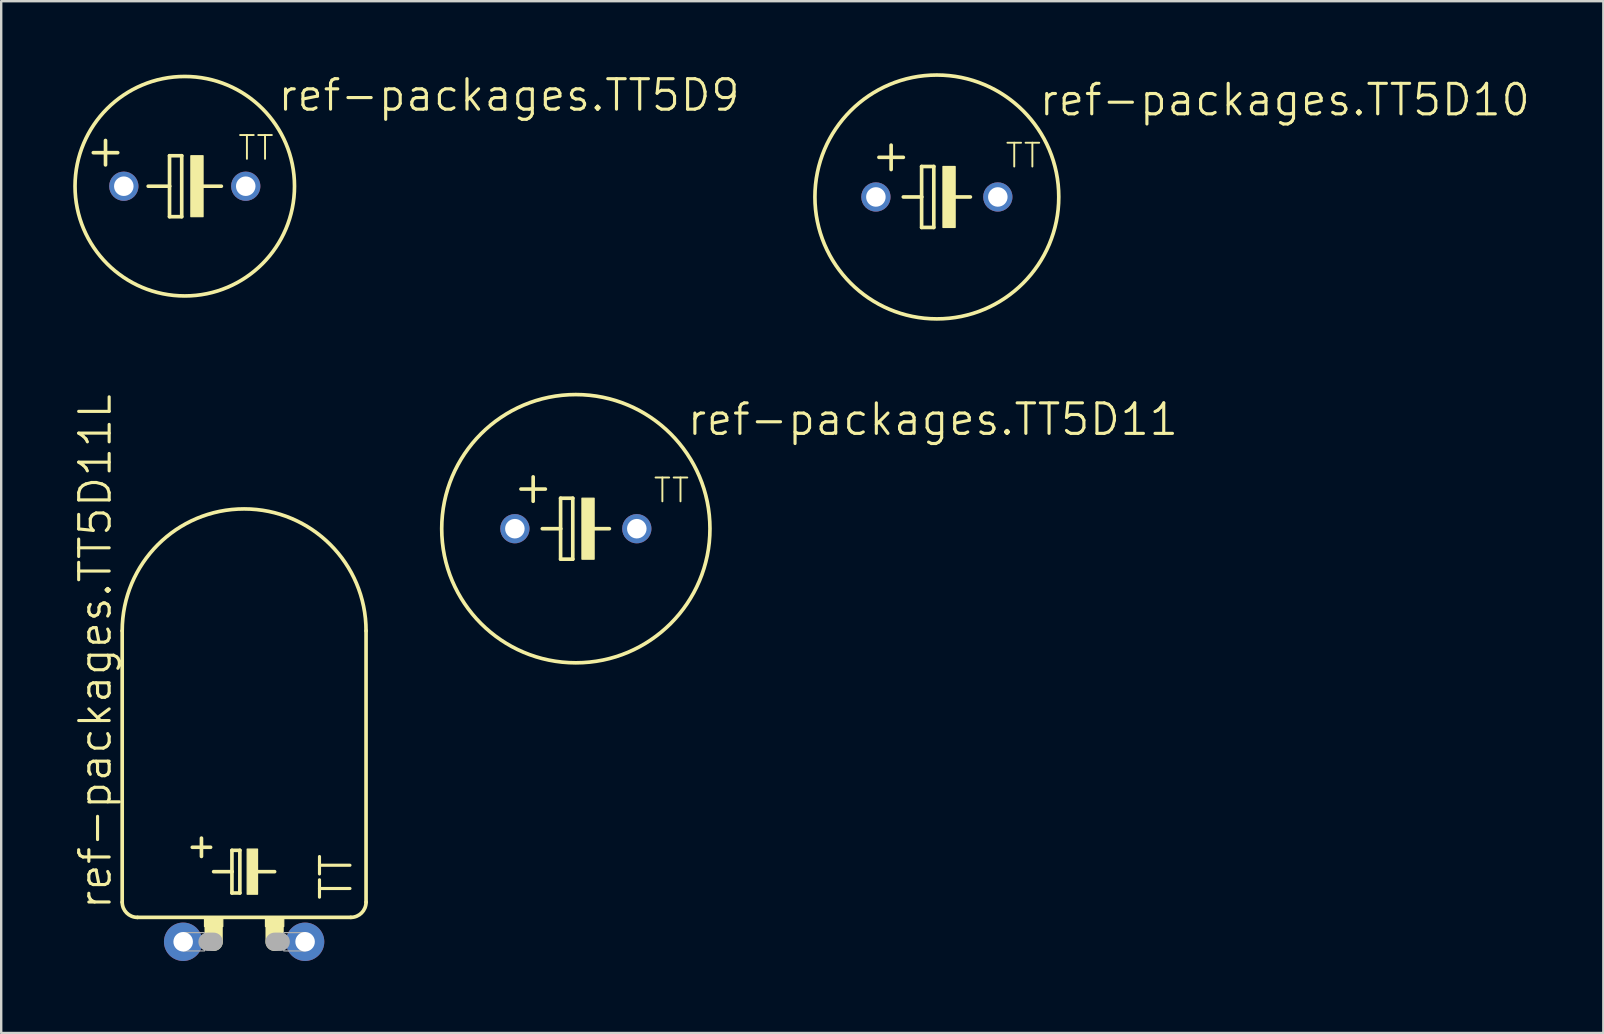
<source format=kicad_pcb>
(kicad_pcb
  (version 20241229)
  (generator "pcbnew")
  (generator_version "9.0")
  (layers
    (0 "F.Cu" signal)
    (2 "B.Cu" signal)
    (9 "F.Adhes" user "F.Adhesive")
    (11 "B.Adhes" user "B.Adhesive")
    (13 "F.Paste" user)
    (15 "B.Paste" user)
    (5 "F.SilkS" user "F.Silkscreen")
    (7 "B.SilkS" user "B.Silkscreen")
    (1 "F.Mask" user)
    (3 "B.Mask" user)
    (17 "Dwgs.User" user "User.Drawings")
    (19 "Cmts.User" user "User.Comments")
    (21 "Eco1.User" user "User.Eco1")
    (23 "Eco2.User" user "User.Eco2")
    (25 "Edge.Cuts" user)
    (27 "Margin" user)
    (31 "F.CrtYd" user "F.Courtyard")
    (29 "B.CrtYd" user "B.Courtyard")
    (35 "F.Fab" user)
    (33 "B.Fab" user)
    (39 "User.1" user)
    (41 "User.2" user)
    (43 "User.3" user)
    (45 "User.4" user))
  (footprint "ref-packages.TT5D11L"
    (layer "F.Cu")
    (at 7.121 36.187)
    (property "Reference" "ref-packages.TT5D11L" (at -5.461 -1.27 90) (layer "F.SilkS") (effects (font (size 1.27 1.27) (thickness 0.13)) (justify left bottom)))
    (attr through_hole)
    (fp_line (start -5.08 -12.954) (end -5.08 -1.651) (stroke (width 0.152) (type default)) (layer "F.SilkS"))
    (fp_line (start -4.445 -1.016) (end 4.445 -1.016) (stroke (width 0.152) (type default)) (layer "F.SilkS"))
    (fp_line (start -2.159 -3.937) (end -1.397 -3.937) (stroke (width 0.152) (type default)) (layer "F.SilkS"))
    (fp_line (start -1.778 -4.318) (end -1.778 -3.556) (stroke (width 0.152) (type default)) (layer "F.SilkS"))
    (fp_line (start -1.27 -2.921) (end -0.508 -2.921) (stroke (width 0.152) (type default)) (layer "F.SilkS"))
    (fp_line (start -1.27 -0.635) (end -1.27 0) (stroke (width 0.762) (type default)) (layer "F.SilkS"))
    (fp_line (start -0.508 -3.81) (end -0.508 -2.921) (stroke (width 0.152) (type default)) (layer "F.SilkS"))
    (fp_line (start -0.508 -2.921) (end -0.508 -2.032) (stroke (width 0.152) (type default)) (layer "F.SilkS"))
    (fp_line (start -0.508 -2.032) (end -0.178 -2.032) (stroke (width 0.152) (type default)) (layer "F.SilkS"))
    (fp_line (start -0.178 -3.81) (end -0.508 -3.81) (stroke (width 0.152) (type default)) (layer "F.SilkS"))
    (fp_line (start -0.178 -2.032) (end -0.178 -3.81) (stroke (width 0.152) (type default)) (layer "F.SilkS"))
    (fp_line (start 0.508 -2.921) (end 1.27 -2.921) (stroke (width 0.152) (type default)) (layer "F.SilkS"))
    (fp_line (start 1.27 -0.635) (end 1.27 0) (stroke (width 0.762) (type default)) (layer "F.SilkS"))
    (fp_line (start 5.08 -12.954) (end 5.08 -1.651) (stroke (width 0.152) (type default)) (layer "F.SilkS"))
    (fp_rect (start -1.651 -0.635) (end -0.889 -1.016) (stroke (width 0.05) (type default)) (fill yes) (layer "F.SilkS"))
    (fp_rect (start 0.127 -1.981) (end 0.559 -3.861) (stroke (width 0.05) (type default)) (fill yes) (layer "F.SilkS"))
    (fp_rect (start 0.889 -0.635) (end 1.651 -1.016) (stroke (width 0.05) (type default)) (fill yes) (layer "F.SilkS"))
    (fp_arc (start -5.08 -12.954) (mid 0 -18.034) (end 5.08 -12.954) (stroke (width 0.1524) (type default)) (layer "F.SilkS"))
    (fp_arc (start -4.445 -1.016) (mid -4.894013 -1.201987) (end -5.08 -1.651) (stroke (width 0.1524) (type default)) (layer "F.SilkS"))
    (fp_arc (start 5.08 -1.651) (mid 4.894013 -1.201987) (end 4.445 -1.016) (stroke (width 0.1524) (type default)) (layer "F.SilkS"))
    (fp_line (start -1.524 0) (end -1.27 0) (stroke (width 0.762) (type default)) (layer "F.Fab"))
    (fp_line (start 1.524 0) (end 1.27 0) (stroke (width 0.762) (type default)) (layer "F.Fab"))
    (fp_rect (start -2.54 0.381) (end -1.651 -0.381) (stroke (width 0.05) (type default)) (fill no) (layer "F.Fab"))
    (fp_rect (start 1.651 0.381) (end 2.54 -0.381) (stroke (width 0.05) (type default)) (fill no) (layer "F.Fab"))
    (fp_text user "TT" (at 4.572 -1.651 90) (layer "F.SilkS") (effects (font (size 1.27 1.27) (thickness 0.13)) (justify left bottom)))
    (pad "+" thru_hole circle (at -2.54 0) (size 1.6 1.6) (drill 0.813) (layers "*.Cu" "*.Mask"))
    (pad "-" thru_hole circle (at 2.54 0) (size 1.6 1.6) (drill 0.813) (layers "*.Cu" "*.Mask")))
  (footprint "ref-packages.TT5D10"
    (layer "F.Cu")
    (at 35.982 5.156)
    (property "Reference" "ref-packages.TT5D10" (at 4.191 -3.302 0) (layer "F.SilkS") (effects (font (size 1.27 1.27) (thickness 0.13)) (justify left bottom)))
    (attr through_hole)
    (fp_line (start -2.413 -1.651) (end -1.397 -1.651) (stroke (width 0.152) (type default)) (layer "F.SilkS"))
    (fp_line (start -1.905 -1.143) (end -1.905 -2.159) (stroke (width 0.152) (type default)) (layer "F.SilkS"))
    (fp_line (start -1.397 0) (end -0.635 0) (stroke (width 0.152) (type default)) (layer "F.SilkS"))
    (fp_line (start -0.635 -1.27) (end -0.635 0) (stroke (width 0.152) (type default)) (layer "F.SilkS"))
    (fp_line (start -0.635 0) (end -0.635 1.27) (stroke (width 0.152) (type default)) (layer "F.SilkS"))
    (fp_line (start -0.635 1.27) (end -0.127 1.27) (stroke (width 0.152) (type default)) (layer "F.SilkS"))
    (fp_line (start -0.127 -1.27) (end -0.635 -1.27) (stroke (width 0.152) (type default)) (layer "F.SilkS"))
    (fp_line (start -0.127 1.27) (end -0.127 -1.27) (stroke (width 0.152) (type default)) (layer "F.SilkS"))
    (fp_line (start 0.635 0) (end 1.397 0) (stroke (width 0.152) (type default)) (layer "F.SilkS"))
    (fp_rect (start 0.254 1.27) (end 0.762 -1.27) (stroke (width 0.05) (type default)) (fill yes) (layer "F.SilkS"))
    (fp_circle (center 0 0) (end 5.08 0) (stroke (width 0.152) (type default)) (fill no) (layer "F.SilkS"))
    (fp_text user "TT" (at 2.794 -1.143 0) (layer "F.SilkS") (effects (font (size 0.991 0.991) (thickness 0.08)) (justify left bottom)))
    (pad "+" thru_hole circle (at -2.54 0) (size 1.219 1.219) (drill 0.813) (layers "*.Cu" "*.Mask"))
    (pad "-" thru_hole circle (at 2.54 0) (size 1.219 1.219) (drill 0.813) (layers "*.Cu" "*.Mask")))
  (footprint "ref-packages.TT5D9"
    (layer "F.Cu")
    (at 4.648 4.708)
    (property "Reference" "ref-packages.TT5D9" (at 3.81 -3.048 0) (layer "F.SilkS") (effects (font (size 1.27 1.27) (thickness 0.13)) (justify left bottom)))
    (attr through_hole)
    (fp_line (start -3.302 -1.905) (end -3.302 -0.889) (stroke (width 0.152) (type default)) (layer "F.SilkS"))
    (fp_line (start -2.794 -1.397) (end -3.81 -1.397) (stroke (width 0.152) (type default)) (layer "F.SilkS"))
    (fp_line (start -1.524 0) (end -0.635 0) (stroke (width 0.152) (type default)) (layer "F.SilkS"))
    (fp_line (start -0.635 -1.27) (end -0.635 0) (stroke (width 0.152) (type default)) (layer "F.SilkS"))
    (fp_line (start -0.635 0) (end -0.635 1.27) (stroke (width 0.152) (type default)) (layer "F.SilkS"))
    (fp_line (start -0.635 1.27) (end -0.127 1.27) (stroke (width 0.152) (type default)) (layer "F.SilkS"))
    (fp_line (start -0.127 -1.27) (end -0.635 -1.27) (stroke (width 0.152) (type default)) (layer "F.SilkS"))
    (fp_line (start -0.127 1.27) (end -0.127 -1.27) (stroke (width 0.152) (type default)) (layer "F.SilkS"))
    (fp_line (start 0.635 0) (end 1.524 0) (stroke (width 0.152) (type default)) (layer "F.SilkS"))
    (fp_rect (start 0.254 1.27) (end 0.762 -1.27) (stroke (width 0.05) (type default)) (fill yes) (layer "F.SilkS"))
    (fp_circle (center 0 0) (end 4.572 0) (stroke (width 0.152) (type default)) (fill no) (layer "F.SilkS"))
    (fp_text user "TT" (at 2.159 -1.016 0) (layer "F.SilkS") (effects (font (size 0.991 0.991) (thickness 0.08)) (justify left bottom)))
    (pad "+" thru_hole circle (at -2.54 0) (size 1.219 1.219) (drill 0.813) (layers "*.Cu" "*.Mask"))
    (pad "-" thru_hole circle (at 2.54 0) (size 1.219 1.219) (drill 0.813) (layers "*.Cu" "*.Mask")))
  (footprint "ref-packages.TT5D11"
    (layer "F.Cu")
    (at 20.941 18.977)
    (property "Reference" "ref-packages.TT5D11" (at 4.572 -3.81 0) (layer "F.SilkS") (effects (font (size 1.27 1.27) (thickness 0.13)) (justify left bottom)))
    (attr through_hole)
    (fp_line (start -1.778 -2.159) (end -1.778 -1.143) (stroke (width 0.152) (type default)) (layer "F.SilkS"))
    (fp_line (start -1.397 0) (end -0.635 0) (stroke (width 0.152) (type default)) (layer "F.SilkS"))
    (fp_line (start -1.27 -1.651) (end -2.286 -1.651) (stroke (width 0.152) (type default)) (layer "F.SilkS"))
    (fp_line (start -0.635 -1.27) (end -0.635 0) (stroke (width 0.152) (type default)) (layer "F.SilkS"))
    (fp_line (start -0.635 0) (end -0.635 1.27) (stroke (width 0.152) (type default)) (layer "F.SilkS"))
    (fp_line (start -0.635 1.27) (end -0.127 1.27) (stroke (width 0.152) (type default)) (layer "F.SilkS"))
    (fp_line (start -0.127 -1.27) (end -0.635 -1.27) (stroke (width 0.152) (type default)) (layer "F.SilkS"))
    (fp_line (start -0.127 1.27) (end -0.127 -1.27) (stroke (width 0.152) (type default)) (layer "F.SilkS"))
    (fp_line (start 0.635 0) (end 1.397 0) (stroke (width 0.152) (type default)) (layer "F.SilkS"))
    (fp_rect (start 0.254 1.27) (end 0.762 -1.27) (stroke (width 0.05) (type default)) (fill yes) (layer "F.SilkS"))
    (fp_circle (center 0 0) (end 5.588 0) (stroke (width 0.152) (type default)) (fill no) (layer "F.SilkS"))
    (fp_text user "TT" (at 3.175 -1.016 0) (layer "F.SilkS") (effects (font (size 0.991 0.991) (thickness 0.08)) (justify left bottom)))
    (pad "+" thru_hole circle (at -2.54 0) (size 1.219 1.219) (drill 0.813) (layers "*.Cu" "*.Mask"))
    (pad "-" thru_hole circle (at 2.54 0) (size 1.219 1.219) (drill 0.813) (layers "*.Cu" "*.Mask")))
  (gr_rect
    (start -3 -3)
    (end 63.75 39.988)
    (stroke (width 0.1) (type default))
    (fill no)
    (layer "Edge.Cuts")))
</source>
